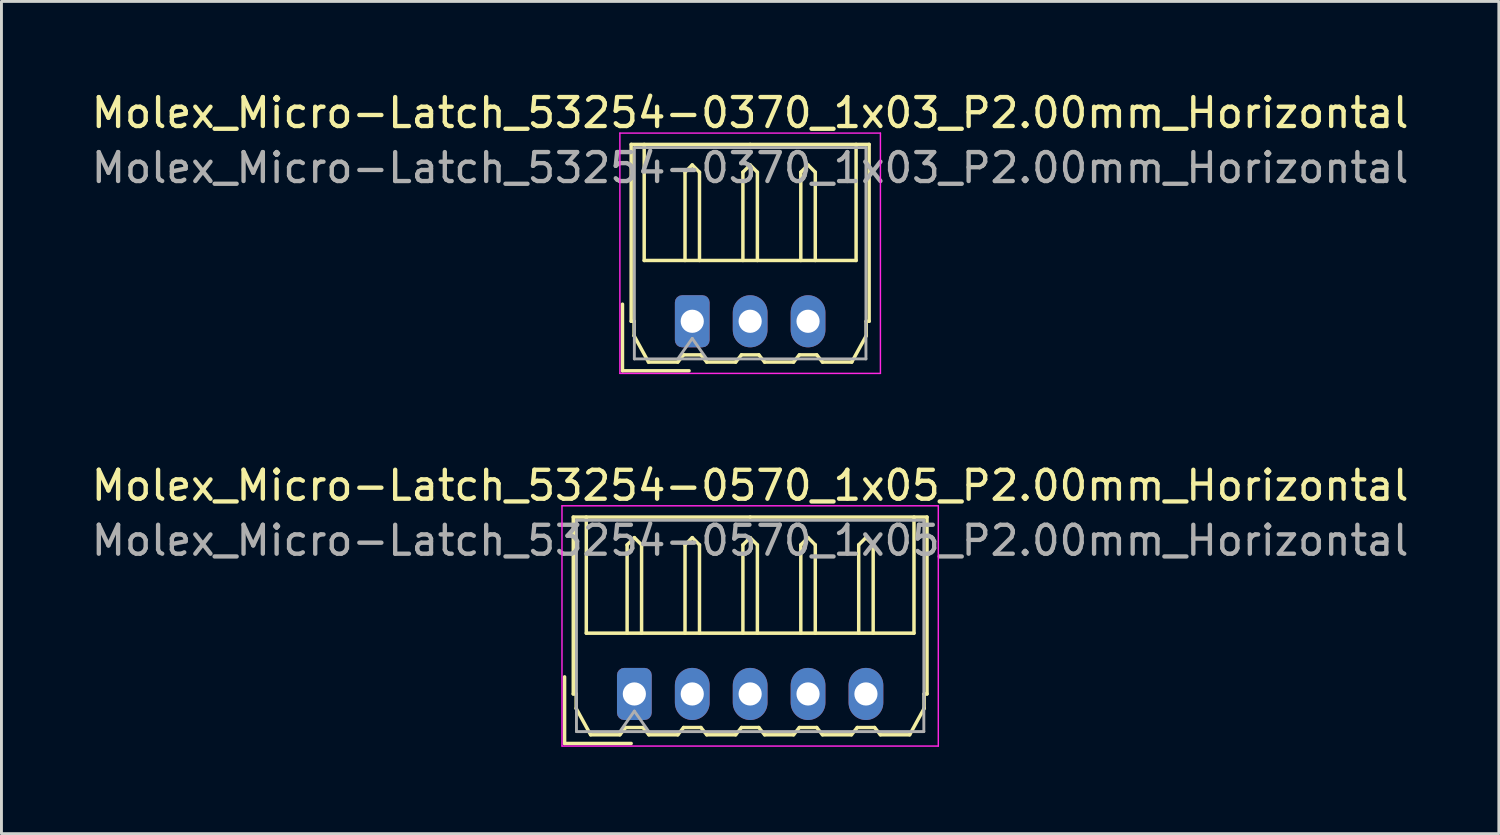
<source format=kicad_pcb>
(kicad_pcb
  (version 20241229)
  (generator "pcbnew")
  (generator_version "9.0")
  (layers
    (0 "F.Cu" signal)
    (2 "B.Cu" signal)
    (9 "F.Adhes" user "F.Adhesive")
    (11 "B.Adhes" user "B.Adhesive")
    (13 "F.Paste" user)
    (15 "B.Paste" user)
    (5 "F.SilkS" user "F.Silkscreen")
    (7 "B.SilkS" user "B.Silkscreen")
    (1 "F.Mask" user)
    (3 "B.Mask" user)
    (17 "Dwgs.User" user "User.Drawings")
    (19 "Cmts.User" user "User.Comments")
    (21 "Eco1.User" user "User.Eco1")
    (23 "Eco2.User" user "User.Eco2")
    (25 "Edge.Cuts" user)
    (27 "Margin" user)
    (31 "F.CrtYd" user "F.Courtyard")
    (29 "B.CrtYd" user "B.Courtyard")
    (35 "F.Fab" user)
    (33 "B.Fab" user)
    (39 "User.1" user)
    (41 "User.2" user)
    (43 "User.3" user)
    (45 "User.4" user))
  (footprint "Molex_Micro-Latch_53254-0370_1x03_P2.00mm_Horizontal"
    (layer "F.Cu")
    (at 20.863 8.048)
    (property "Reference" "Molex_Micro-Latch_53254-0370_1x03_P2.00mm_Horizontal" (at 2 -7.2 0) (layer "F.SilkS") (effects (font (size 1 1) (thickness 0.15))))
    (attr through_hole)
    (fp_line (start -2.41 1.71) (end -2.41 -0.59) (stroke (width 0.12) (type solid)) (layer "F.SilkS"))
    (fp_line (start -2.11 -6.11) (end 2 -6.11) (stroke (width 0.12) (type solid)) (layer "F.SilkS"))
    (fp_line (start -2.11 0) (end -2.11 -6.11) (stroke (width 0.12) (type solid)) (layer "F.SilkS"))
    (fp_line (start -2.01 0) (end -2.11 0) (stroke (width 0.12) (type solid)) (layer "F.SilkS"))
    (fp_line (start -2.01 0.5) (end -2.01 0) (stroke (width 0.12) (type solid)) (layer "F.SilkS"))
    (fp_line (start -1.66 -6.11) (end -1.66 -2.1) (stroke (width 0.12) (type solid)) (layer "F.SilkS"))
    (fp_line (start -1.66 -2.1) (end 5.66 -2.1) (stroke (width 0.12) (type solid)) (layer "F.SilkS"))
    (fp_line (start -1.51 1.41) (end -2.01 0.5) (stroke (width 0.12) (type solid)) (layer "F.SilkS"))
    (fp_line (start -0.5 1.41) (end -1.51 1.41) (stroke (width 0.12) (type solid)) (layer "F.SilkS"))
    (fp_line (start -0.3 1.16) (end -0.5 1.41) (stroke (width 0.12) (type solid)) (layer "F.SilkS"))
    (fp_line (start -0.3 1.16) (end 0.3 1.16) (stroke (width 0.12) (type solid)) (layer "F.SilkS"))
    (fp_line (start -0.25 -5.15) (end 0 -5.4) (stroke (width 0.12) (type solid)) (layer "F.SilkS"))
    (fp_line (start -0.25 -2.1) (end -0.25 -5.15) (stroke (width 0.12) (type solid)) (layer "F.SilkS"))
    (fp_line (start -0.11 1.71) (end -2.41 1.71) (stroke (width 0.12) (type solid)) (layer "F.SilkS"))
    (fp_line (start 0 -5.4) (end 0.25 -5.15) (stroke (width 0.12) (type solid)) (layer "F.SilkS"))
    (fp_line (start 0.25 -5.15) (end 0.25 -2.1) (stroke (width 0.12) (type solid)) (layer "F.SilkS"))
    (fp_line (start 0.3 1.16) (end 0.5 1.41) (stroke (width 0.12) (type solid)) (layer "F.SilkS"))
    (fp_line (start 0.5 1.41) (end 1.5 1.41) (stroke (width 0.12) (type solid)) (layer "F.SilkS"))
    (fp_line (start 1.5 1.41) (end 1.7 1.16) (stroke (width 0.12) (type solid)) (layer "F.SilkS"))
    (fp_line (start 1.7 1.16) (end 2.3 1.16) (stroke (width 0.12) (type solid)) (layer "F.SilkS"))
    (fp_line (start 1.75 -5.15) (end 2 -5.4) (stroke (width 0.12) (type solid)) (layer "F.SilkS"))
    (fp_line (start 1.75 -2.1) (end 1.75 -5.15) (stroke (width 0.12) (type solid)) (layer "F.SilkS"))
    (fp_line (start 2 -5.4) (end 2.25 -5.15) (stroke (width 0.12) (type solid)) (layer "F.SilkS"))
    (fp_line (start 2.25 -5.15) (end 2.25 -2.1) (stroke (width 0.12) (type solid)) (layer "F.SilkS"))
    (fp_line (start 2.3 1.16) (end 2.5 1.41) (stroke (width 0.12) (type solid)) (layer "F.SilkS"))
    (fp_line (start 2.5 1.41) (end 3.5 1.41) (stroke (width 0.12) (type solid)) (layer "F.SilkS"))
    (fp_line (start 3.5 1.41) (end 3.7 1.16) (stroke (width 0.12) (type solid)) (layer "F.SilkS"))
    (fp_line (start 3.7 1.16) (end 4.3 1.16) (stroke (width 0.12) (type solid)) (layer "F.SilkS"))
    (fp_line (start 3.75 -5.15) (end 4 -5.4) (stroke (width 0.12) (type solid)) (layer "F.SilkS"))
    (fp_line (start 3.75 -2.1) (end 3.75 -5.15) (stroke (width 0.12) (type solid)) (layer "F.SilkS"))
    (fp_line (start 4 -5.4) (end 4.25 -5.15) (stroke (width 0.12) (type solid)) (layer "F.SilkS"))
    (fp_line (start 4.25 -5.15) (end 4.25 -2.1) (stroke (width 0.12) (type solid)) (layer "F.SilkS"))
    (fp_line (start 4.3 1.16) (end 4.5 1.41) (stroke (width 0.12) (type solid)) (layer "F.SilkS"))
    (fp_line (start 4.5 1.41) (end 5.51 1.41) (stroke (width 0.12) (type solid)) (layer "F.SilkS"))
    (fp_line (start 5.51 1.41) (end 6.01 0.5) (stroke (width 0.12) (type solid)) (layer "F.SilkS"))
    (fp_line (start 5.66 -2.1) (end 5.66 -6.11) (stroke (width 0.12) (type solid)) (layer "F.SilkS"))
    (fp_line (start 6.01 0) (end 6.11 0) (stroke (width 0.12) (type solid)) (layer "F.SilkS"))
    (fp_line (start 6.01 0.5) (end 6.01 0) (stroke (width 0.12) (type solid)) (layer "F.SilkS"))
    (fp_line (start 6.11 -6.11) (end 2 -6.11) (stroke (width 0.12) (type solid)) (layer "F.SilkS"))
    (fp_line (start 6.11 0) (end 6.11 -6.11) (stroke (width 0.12) (type solid)) (layer "F.SilkS"))
    (fp_line (start -2.5 -6.5) (end -2.5 1.8) (stroke (width 0.05) (type solid)) (layer "F.CrtYd"))
    (fp_line (start -2.5 1.8) (end 6.5 1.8) (stroke (width 0.05) (type solid)) (layer "F.CrtYd"))
    (fp_line (start 6.5 -6.5) (end -2.5 -6.5) (stroke (width 0.05) (type solid)) (layer "F.CrtYd"))
    (fp_line (start 6.5 1.8) (end 6.5 -6.5) (stroke (width 0.05) (type solid)) (layer "F.CrtYd"))
    (fp_line (start -2 -6) (end -2 1.3) (stroke (width 0.1) (type solid)) (layer "F.Fab"))
    (fp_line (start -2 1.3) (end 6 1.3) (stroke (width 0.1) (type solid)) (layer "F.Fab"))
    (fp_line (start -0.5 1.3) (end 0 0.593) (stroke (width 0.1) (type solid)) (layer "F.Fab"))
    (fp_line (start 0 0.593) (end 0.5 1.3) (stroke (width 0.1) (type solid)) (layer "F.Fab"))
    (fp_line (start 6 -6) (end -2 -6) (stroke (width 0.1) (type solid)) (layer "F.Fab"))
    (fp_line (start 6 1.3) (end 6 -6) (stroke (width 0.1) (type solid)) (layer "F.Fab"))
    (fp_text user "${REFERENCE}" (at 2 -5.3 0) (layer "F.Fab") (effects (font (size 1 1) (thickness 0.15))))
    (pad "1" thru_hole roundrect (at 0 0) (size 1.2 1.8) (drill 0.8) (layers "*.Cu" "*.Mask") (roundrect_rratio 0.208))
    (pad "2" thru_hole oval (at 2 0) (size 1.2 1.8) (drill 0.8) (layers "*.Cu" "*.Mask"))
    (pad "3" thru_hole oval (at 4 0) (size 1.2 1.8) (drill 0.8) (layers "*.Cu" "*.Mask")))
  (footprint "Molex_Micro-Latch_53254-0570_1x05_P2.00mm_Horizontal"
    (layer "F.Cu")
    (at 18.863 20.922)
    (property "Reference" "Molex_Micro-Latch_53254-0570_1x05_P2.00mm_Horizontal" (at 4 -7.2 0) (layer "F.SilkS") (effects (font (size 1 1) (thickness 0.15))))
    (attr through_hole)
    (fp_line (start -2.41 1.71) (end -2.41 -0.59) (stroke (width 0.12) (type solid)) (layer "F.SilkS"))
    (fp_line (start -2.11 -6.11) (end 4 -6.11) (stroke (width 0.12) (type solid)) (layer "F.SilkS"))
    (fp_line (start -2.11 0) (end -2.11 -6.11) (stroke (width 0.12) (type solid)) (layer "F.SilkS"))
    (fp_line (start -2.01 0) (end -2.11 0) (stroke (width 0.12) (type solid)) (layer "F.SilkS"))
    (fp_line (start -2.01 0.5) (end -2.01 0) (stroke (width 0.12) (type solid)) (layer "F.SilkS"))
    (fp_line (start -1.66 -6.11) (end -1.66 -2.1) (stroke (width 0.12) (type solid)) (layer "F.SilkS"))
    (fp_line (start -1.66 -2.1) (end 9.66 -2.1) (stroke (width 0.12) (type solid)) (layer "F.SilkS"))
    (fp_line (start -1.51 1.41) (end -2.01 0.5) (stroke (width 0.12) (type solid)) (layer "F.SilkS"))
    (fp_line (start -0.5 1.41) (end -1.51 1.41) (stroke (width 0.12) (type solid)) (layer "F.SilkS"))
    (fp_line (start -0.3 1.16) (end -0.5 1.41) (stroke (width 0.12) (type solid)) (layer "F.SilkS"))
    (fp_line (start -0.3 1.16) (end 0.3 1.16) (stroke (width 0.12) (type solid)) (layer "F.SilkS"))
    (fp_line (start -0.25 -5.15) (end 0 -5.4) (stroke (width 0.12) (type solid)) (layer "F.SilkS"))
    (fp_line (start -0.25 -2.1) (end -0.25 -5.15) (stroke (width 0.12) (type solid)) (layer "F.SilkS"))
    (fp_line (start -0.11 1.71) (end -2.41 1.71) (stroke (width 0.12) (type solid)) (layer "F.SilkS"))
    (fp_line (start 0 -5.4) (end 0.25 -5.15) (stroke (width 0.12) (type solid)) (layer "F.SilkS"))
    (fp_line (start 0.25 -5.15) (end 0.25 -2.1) (stroke (width 0.12) (type solid)) (layer "F.SilkS"))
    (fp_line (start 0.3 1.16) (end 0.5 1.41) (stroke (width 0.12) (type solid)) (layer "F.SilkS"))
    (fp_line (start 0.5 1.41) (end 1.5 1.41) (stroke (width 0.12) (type solid)) (layer "F.SilkS"))
    (fp_line (start 1.5 1.41) (end 1.7 1.16) (stroke (width 0.12) (type solid)) (layer "F.SilkS"))
    (fp_line (start 1.7 1.16) (end 2.3 1.16) (stroke (width 0.12) (type solid)) (layer "F.SilkS"))
    (fp_line (start 1.75 -5.15) (end 2 -5.4) (stroke (width 0.12) (type solid)) (layer "F.SilkS"))
    (fp_line (start 1.75 -2.1) (end 1.75 -5.15) (stroke (width 0.12) (type solid)) (layer "F.SilkS"))
    (fp_line (start 2 -5.4) (end 2.25 -5.15) (stroke (width 0.12) (type solid)) (layer "F.SilkS"))
    (fp_line (start 2.25 -5.15) (end 2.25 -2.1) (stroke (width 0.12) (type solid)) (layer "F.SilkS"))
    (fp_line (start 2.3 1.16) (end 2.5 1.41) (stroke (width 0.12) (type solid)) (layer "F.SilkS"))
    (fp_line (start 2.5 1.41) (end 3.5 1.41) (stroke (width 0.12) (type solid)) (layer "F.SilkS"))
    (fp_line (start 3.5 1.41) (end 3.7 1.16) (stroke (width 0.12) (type solid)) (layer "F.SilkS"))
    (fp_line (start 3.7 1.16) (end 4.3 1.16) (stroke (width 0.12) (type solid)) (layer "F.SilkS"))
    (fp_line (start 3.75 -5.15) (end 4 -5.4) (stroke (width 0.12) (type solid)) (layer "F.SilkS"))
    (fp_line (start 3.75 -2.1) (end 3.75 -5.15) (stroke (width 0.12) (type solid)) (layer "F.SilkS"))
    (fp_line (start 4 -5.4) (end 4.25 -5.15) (stroke (width 0.12) (type solid)) (layer "F.SilkS"))
    (fp_line (start 4.25 -5.15) (end 4.25 -2.1) (stroke (width 0.12) (type solid)) (layer "F.SilkS"))
    (fp_line (start 4.3 1.16) (end 4.5 1.41) (stroke (width 0.12) (type solid)) (layer "F.SilkS"))
    (fp_line (start 4.5 1.41) (end 5.5 1.41) (stroke (width 0.12) (type solid)) (layer "F.SilkS"))
    (fp_line (start 5.5 1.41) (end 5.7 1.16) (stroke (width 0.12) (type solid)) (layer "F.SilkS"))
    (fp_line (start 5.7 1.16) (end 6.3 1.16) (stroke (width 0.12) (type solid)) (layer "F.SilkS"))
    (fp_line (start 5.75 -5.15) (end 6 -5.4) (stroke (width 0.12) (type solid)) (layer "F.SilkS"))
    (fp_line (start 5.75 -2.1) (end 5.75 -5.15) (stroke (width 0.12) (type solid)) (layer "F.SilkS"))
    (fp_line (start 6 -5.4) (end 6.25 -5.15) (stroke (width 0.12) (type solid)) (layer "F.SilkS"))
    (fp_line (start 6.25 -5.15) (end 6.25 -2.1) (stroke (width 0.12) (type solid)) (layer "F.SilkS"))
    (fp_line (start 6.3 1.16) (end 6.5 1.41) (stroke (width 0.12) (type solid)) (layer "F.SilkS"))
    (fp_line (start 6.5 1.41) (end 7.5 1.41) (stroke (width 0.12) (type solid)) (layer "F.SilkS"))
    (fp_line (start 7.5 1.41) (end 7.7 1.16) (stroke (width 0.12) (type solid)) (layer "F.SilkS"))
    (fp_line (start 7.7 1.16) (end 8.3 1.16) (stroke (width 0.12) (type solid)) (layer "F.SilkS"))
    (fp_line (start 7.75 -5.15) (end 8 -5.4) (stroke (width 0.12) (type solid)) (layer "F.SilkS"))
    (fp_line (start 7.75 -2.1) (end 7.75 -5.15) (stroke (width 0.12) (type solid)) (layer "F.SilkS"))
    (fp_line (start 8 -5.4) (end 8.25 -5.15) (stroke (width 0.12) (type solid)) (layer "F.SilkS"))
    (fp_line (start 8.25 -5.15) (end 8.25 -2.1) (stroke (width 0.12) (type solid)) (layer "F.SilkS"))
    (fp_line (start 8.3 1.16) (end 8.5 1.41) (stroke (width 0.12) (type solid)) (layer "F.SilkS"))
    (fp_line (start 8.5 1.41) (end 9.51 1.41) (stroke (width 0.12) (type solid)) (layer "F.SilkS"))
    (fp_line (start 9.51 1.41) (end 10.01 0.5) (stroke (width 0.12) (type solid)) (layer "F.SilkS"))
    (fp_line (start 9.66 -2.1) (end 9.66 -6.11) (stroke (width 0.12) (type solid)) (layer "F.SilkS"))
    (fp_line (start 10.01 0) (end 10.11 0) (stroke (width 0.12) (type solid)) (layer "F.SilkS"))
    (fp_line (start 10.01 0.5) (end 10.01 0) (stroke (width 0.12) (type solid)) (layer "F.SilkS"))
    (fp_line (start 10.11 -6.11) (end 4 -6.11) (stroke (width 0.12) (type solid)) (layer "F.SilkS"))
    (fp_line (start 10.11 0) (end 10.11 -6.11) (stroke (width 0.12) (type solid)) (layer "F.SilkS"))
    (fp_line (start -2.5 -6.5) (end -2.5 1.8) (stroke (width 0.05) (type solid)) (layer "F.CrtYd"))
    (fp_line (start -2.5 1.8) (end 10.5 1.8) (stroke (width 0.05) (type solid)) (layer "F.CrtYd"))
    (fp_line (start 10.5 -6.5) (end -2.5 -6.5) (stroke (width 0.05) (type solid)) (layer "F.CrtYd"))
    (fp_line (start 10.5 1.8) (end 10.5 -6.5) (stroke (width 0.05) (type solid)) (layer "F.CrtYd"))
    (fp_line (start -2 -6) (end -2 1.3) (stroke (width 0.1) (type solid)) (layer "F.Fab"))
    (fp_line (start -2 1.3) (end 10 1.3) (stroke (width 0.1) (type solid)) (layer "F.Fab"))
    (fp_line (start -0.5 1.3) (end 0 0.593) (stroke (width 0.1) (type solid)) (layer "F.Fab"))
    (fp_line (start 0 0.593) (end 0.5 1.3) (stroke (width 0.1) (type solid)) (layer "F.Fab"))
    (fp_line (start 10 -6) (end -2 -6) (stroke (width 0.1) (type solid)) (layer "F.Fab"))
    (fp_line (start 10 1.3) (end 10 -6) (stroke (width 0.1) (type solid)) (layer "F.Fab"))
    (fp_text user "${REFERENCE}" (at 4 -5.3 0) (layer "F.Fab") (effects (font (size 1 1) (thickness 0.15))))
    (pad "1" thru_hole roundrect (at 0 0) (size 1.2 1.8) (drill 0.8) (layers "*.Cu" "*.Mask") (roundrect_rratio 0.208))
    (pad "2" thru_hole oval (at 2 0) (size 1.2 1.8) (drill 0.8) (layers "*.Cu" "*.Mask"))
    (pad "3" thru_hole oval (at 4 0) (size 1.2 1.8) (drill 0.8) (layers "*.Cu" "*.Mask"))
    (pad "4" thru_hole oval (at 6 0) (size 1.2 1.8) (drill 0.8) (layers "*.Cu" "*.Mask"))
    (pad "5" thru_hole oval (at 8 0) (size 1.2 1.8) (drill 0.8) (layers "*.Cu" "*.Mask")))
  (gr_rect
    (start -3 -3)
    (end 48.726 25.747)
    (stroke (width 0.1) (type default))
    (fill no)
    (layer "Edge.Cuts")))
</source>
